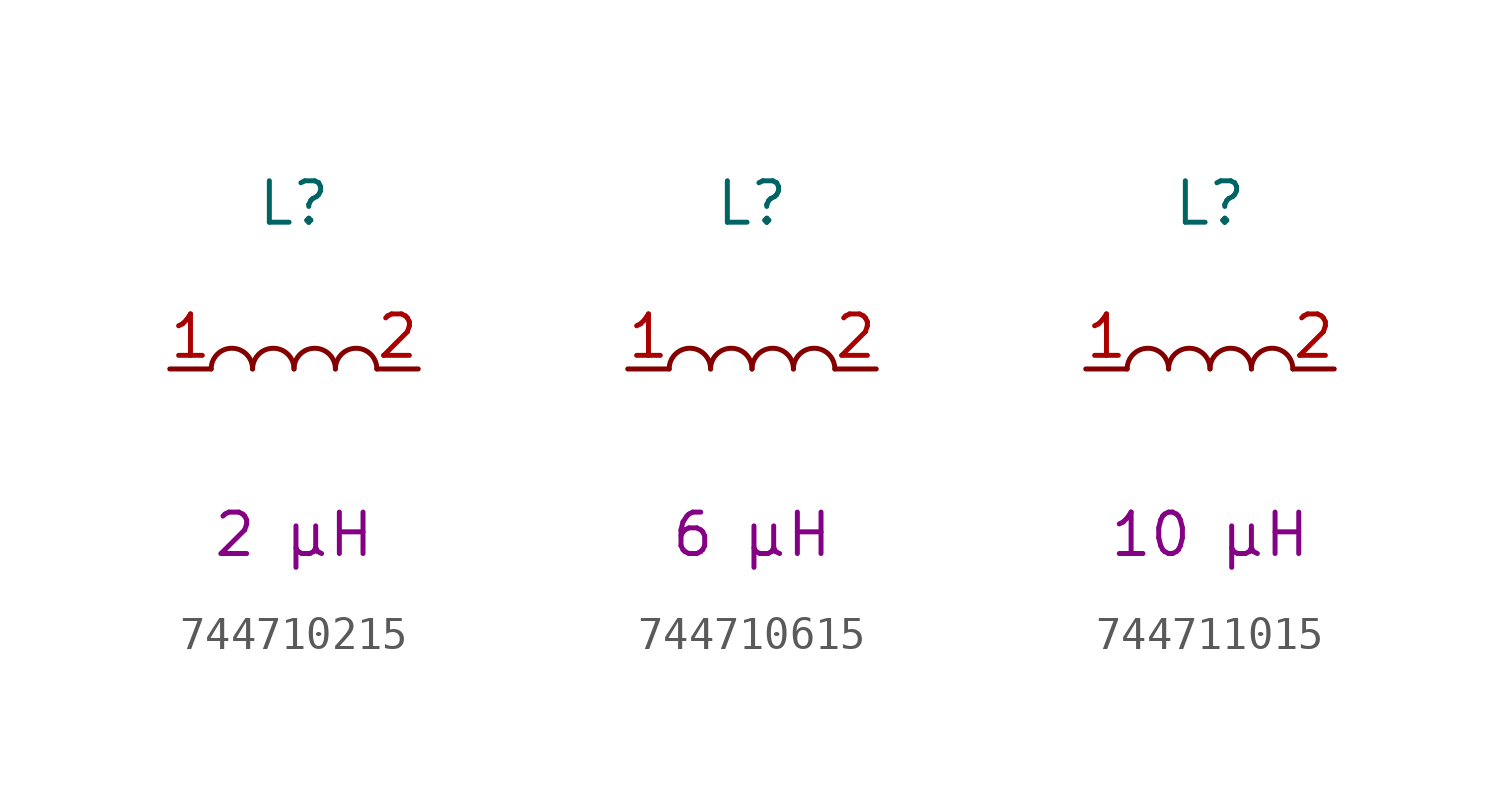
<source format=kicad_sym>
(kicad_symbol_lib
  (version 20220914)
  (generator kicad_symbol_editor)
  (symbol "744710215"
    (pin_names hide)
    (property "Reference" "L"
      (at 0 5.08 0)
      (effects (font (size 1.27 1.27))))
    (property "Critical Parameter" "2 µH"
      (at 0 -5.08 0)
      (effects (font (size 1.27 1.27))))
    (symbol "744710215_0_1"
      (arc (start -1.27 0) (mid -1.905 0.6323) (end -2.54 0) (stroke (width 0) (type default)) (fill (type none)))
      (arc (start 0 0) (mid -0.635 0.6323) (end -1.27 0) (stroke (width 0) (type default)) (fill (type none)))
      (arc (start 1.27 0) (mid 0.635 0.6323) (end 0 0) (stroke (width 0) (type default)) (fill (type none)))
      (arc (start 2.54 0) (mid 1.905 0.6323) (end 1.27 0) (stroke (width 0) (type default)) (fill (type none))))
    (symbol "744710215_1_1"
      (pin passive line (at -3.81 0 0) (length 1.27) (name "1" (effects (font (size 1.27 1.27)))) (number "1" (effects (font (size 1.27 1.27)))))
      (pin passive line (at 3.81 0 180) (length 1.27) (name "2" (effects (font (size 1.27 1.27)))) (number "2" (effects (font (size 1.27 1.27)))))))
  (symbol "744710615"
    (pin_names hide)
    (property "Reference" "L"
      (at 0 5.08 0)
      (effects (font (size 1.27 1.27))))
    (property "Critical Parameter" "6 µH"
      (at 0 -5.08 0)
      (effects (font (size 1.27 1.27))))
    (symbol "744710615_0_1"
      (arc (start -1.27 0) (mid -1.905 0.6323) (end -2.54 0) (stroke (width 0) (type default)) (fill (type none)))
      (arc (start 0 0) (mid -0.635 0.6323) (end -1.27 0) (stroke (width 0) (type default)) (fill (type none)))
      (arc (start 1.27 0) (mid 0.635 0.6323) (end 0 0) (stroke (width 0) (type default)) (fill (type none)))
      (arc (start 2.54 0) (mid 1.905 0.6323) (end 1.27 0) (stroke (width 0) (type default)) (fill (type none))))
    (symbol "744710615_1_1"
      (pin passive line (at -3.81 0 0) (length 1.27) (name "1" (effects (font (size 1.27 1.27)))) (number "1" (effects (font (size 1.27 1.27)))))
      (pin passive line (at 3.81 0 180) (length 1.27) (name "2" (effects (font (size 1.27 1.27)))) (number "2" (effects (font (size 1.27 1.27)))))))
  (symbol "744711015"
    (pin_names hide)
    (property "Reference" "L"
      (at 0 5.08 0)
      (effects (font (size 1.27 1.27))))
    (property "Critical Parameter" "10 µH"
      (at 0 -5.08 0)
      (effects (font (size 1.27 1.27))))
    (symbol "744711015_0_1"
      (arc (start -1.27 0) (mid -1.905 0.6323) (end -2.54 0) (stroke (width 0) (type default)) (fill (type none)))
      (arc (start 0 0) (mid -0.635 0.6323) (end -1.27 0) (stroke (width 0) (type default)) (fill (type none)))
      (arc (start 1.27 0) (mid 0.635 0.6323) (end 0 0) (stroke (width 0) (type default)) (fill (type none)))
      (arc (start 2.54 0) (mid 1.905 0.6323) (end 1.27 0) (stroke (width 0) (type default)) (fill (type none))))
    (symbol "744711015_1_1"
      (pin passive line (at -3.81 0 0) (length 1.27) (name "1" (effects (font (size 1.27 1.27)))) (number "1" (effects (font (size 1.27 1.27)))))
      (pin passive line (at 3.81 0 180) (length 1.27) (name "2" (effects (font (size 1.27 1.27)))) (number "2" (effects (font (size 1.27 1.27))))))))
</source>
